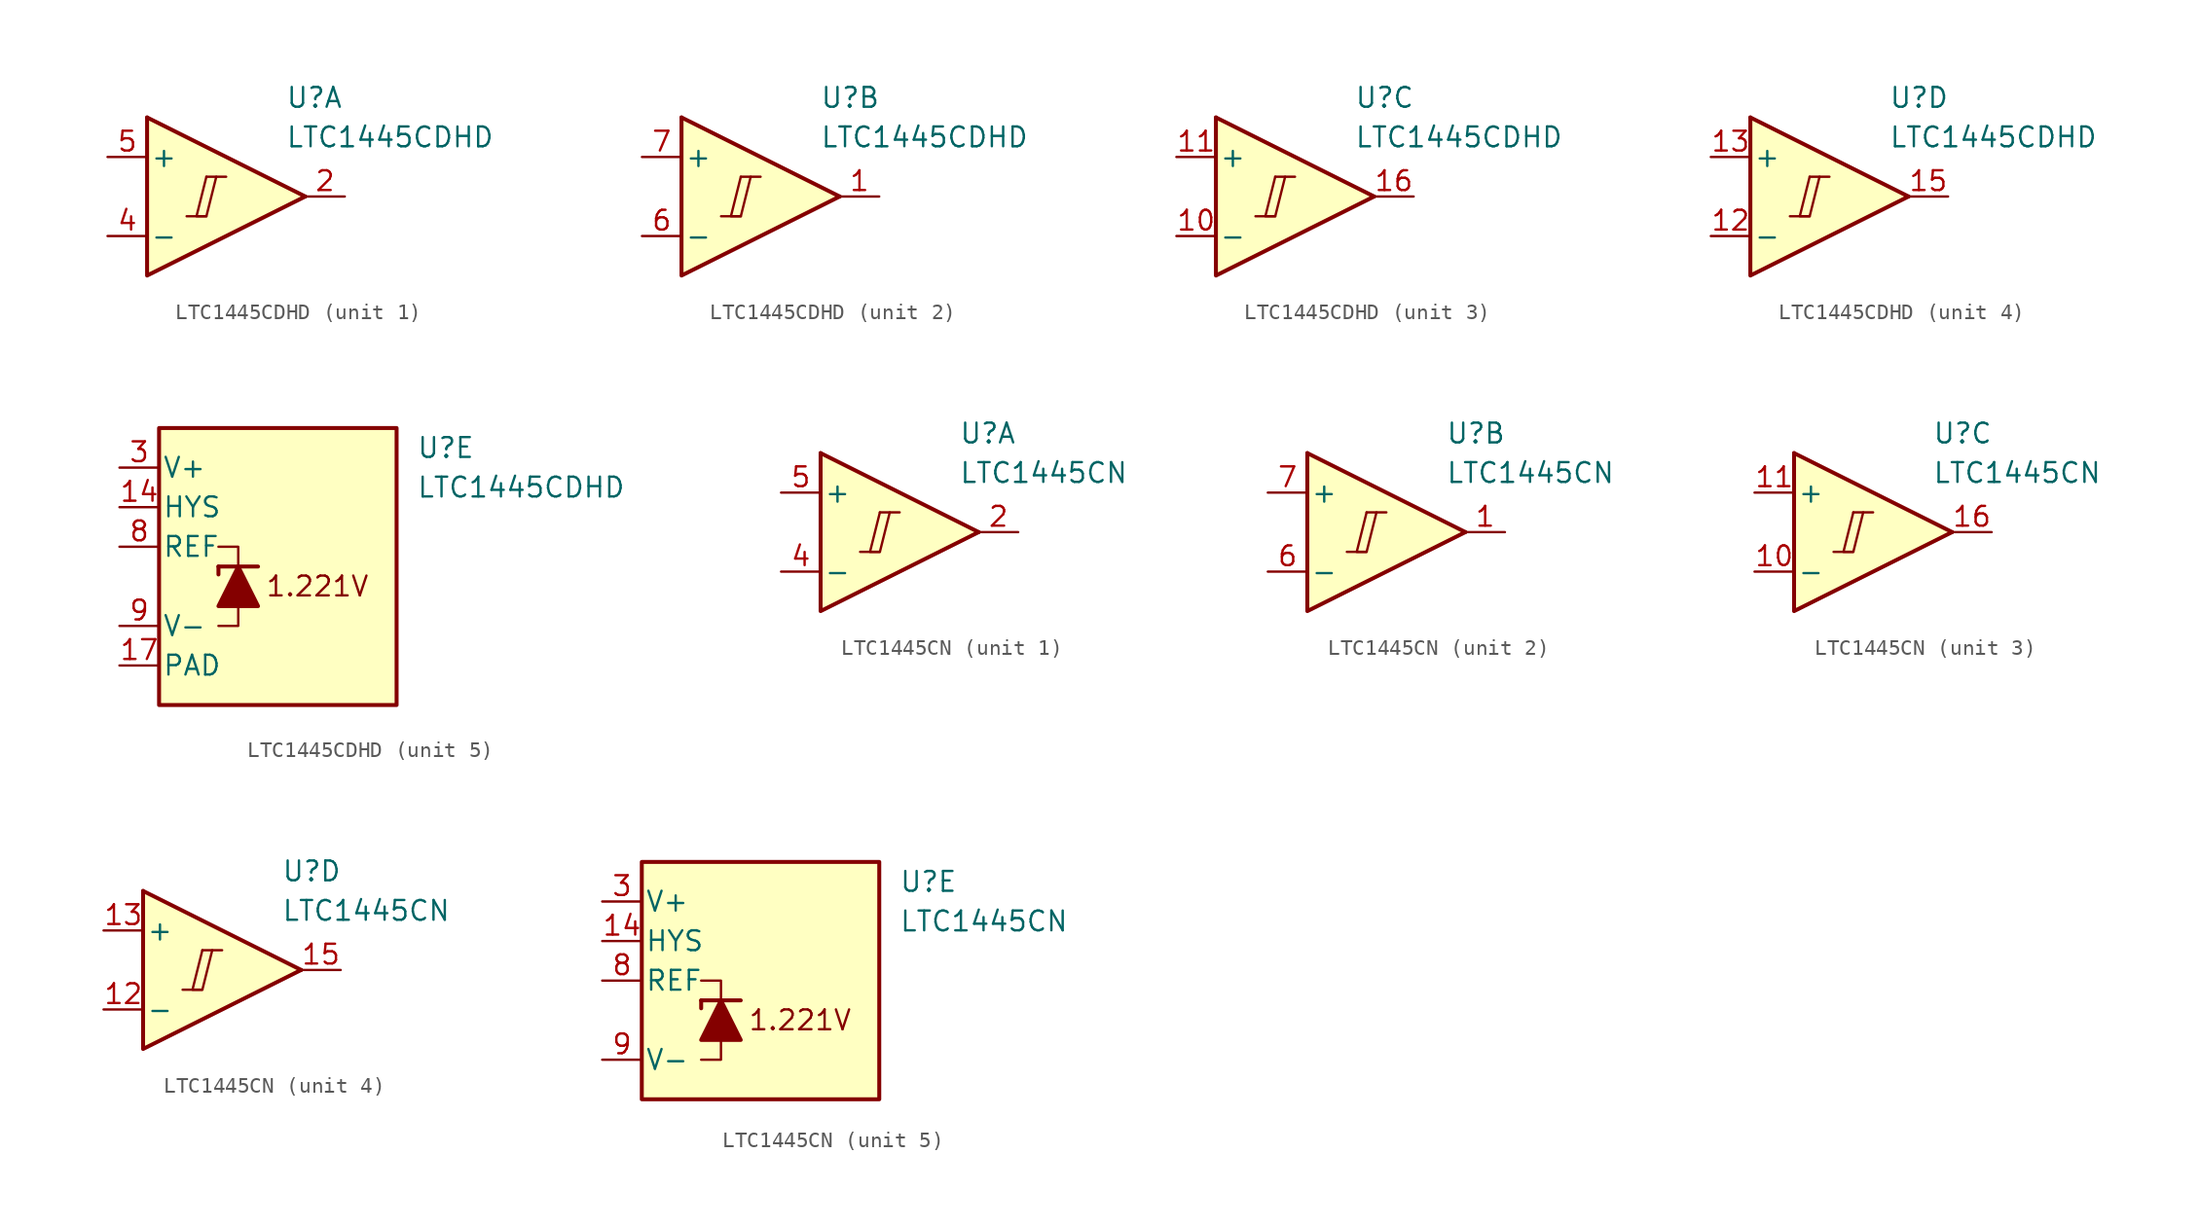
<source format=kicad_sym>
(kicad_symbol_lib
  (version 20231120)
  (generator "kicad_symbol_editor")
  (generator_version "8.0")
  (symbol "LTC1445CDHD"
    (pin_names
      (offset 0.2))
    (property "Reference" "U"
      (at 5.08 6.35 0)
      (effects (font (size 1.27 1.27)) (justify left)))
    (property "Value" "LTC1445CDHD"
      (at 5.08 3.81 0)
      (effects (font (size 1.27 1.27)) (justify left)))
    (property "ki_locked" ""
      (at 0 0 0)
      (effects (font (size 1.27 1.27))))
    (symbol "LTC1445CDHD_1_0"
      (polyline (pts (xy -1.27 -1.27) (xy 0 -1.27)) (stroke (width 0.152) (type default)) (fill (type none)))
      (polyline (pts (xy 0 1.27) (xy 1.27 1.27)) (stroke (width 0.152) (type default)) (fill (type none)))
      (polyline (pts (xy 0 1.27) (xy -0.635 -1.27) (xy 0 -1.27) (xy 0.635 1.27)) (stroke (width 0.152) (type default)) (fill (type none))))
    (symbol "LTC1445CDHD_1_1"
      (polyline (pts (xy -3.81 5.08) (xy 6.35 0)) (stroke (width 0.254) (type default)) (fill (type none)))
      (polyline (pts (xy -3.81 5.08) (xy -3.81 -5.08) (xy 6.35 0)) (stroke (width 0.254) (type default)) (fill (type background)))
      (pin output line (at 8.89 0 180) (length 2.54) (name "~" (effects (font (size 1.27 1.27)))) (number "2" (effects (font (size 1.27 1.27)))))
      (pin input line (at -6.35 -2.54 0) (length 2.54) (name "-" (effects (font (size 1.27 1.27)))) (number "4" (effects (font (size 1.27 1.27)))))
      (pin input line (at -6.35 2.54 0) (length 2.54) (name "+" (effects (font (size 1.27 1.27)))) (number "5" (effects (font (size 1.27 1.27))))))
    (symbol "LTC1445CDHD_2_0"
      (polyline (pts (xy -1.27 -1.27) (xy 0 -1.27)) (stroke (width 0.152) (type default)) (fill (type none)))
      (polyline (pts (xy 0 1.27) (xy 1.27 1.27)) (stroke (width 0.152) (type default)) (fill (type none)))
      (polyline (pts (xy 0 1.27) (xy -0.635 -1.27) (xy 0 -1.27) (xy 0.635 1.27)) (stroke (width 0.152) (type default)) (fill (type none))))
    (symbol "LTC1445CDHD_2_1"
      (polyline (pts (xy -3.81 5.08) (xy 6.35 0)) (stroke (width 0.254) (type default)) (fill (type none)))
      (polyline (pts (xy -3.81 5.08) (xy -3.81 -5.08) (xy 6.35 0)) (stroke (width 0.254) (type default)) (fill (type background)))
      (pin output line (at 8.89 0 180) (length 2.54) (name "~" (effects (font (size 1.27 1.27)))) (number "1" (effects (font (size 1.27 1.27)))))
      (pin input line (at -6.35 -2.54 0) (length 2.54) (name "-" (effects (font (size 1.27 1.27)))) (number "6" (effects (font (size 1.27 1.27)))))
      (pin input line (at -6.35 2.54 0) (length 2.54) (name "+" (effects (font (size 1.27 1.27)))) (number "7" (effects (font (size 1.27 1.27))))))
    (symbol "LTC1445CDHD_3_0"
      (polyline (pts (xy -1.27 -1.27) (xy 0 -1.27)) (stroke (width 0.152) (type default)) (fill (type none)))
      (polyline (pts (xy 0 1.27) (xy 1.27 1.27)) (stroke (width 0.152) (type default)) (fill (type none)))
      (polyline (pts (xy 0 1.27) (xy -0.635 -1.27) (xy 0 -1.27) (xy 0.635 1.27)) (stroke (width 0.152) (type default)) (fill (type none))))
    (symbol "LTC1445CDHD_3_1"
      (polyline (pts (xy -3.81 5.08) (xy 6.35 0)) (stroke (width 0.254) (type default)) (fill (type none)))
      (polyline (pts (xy -3.81 5.08) (xy -3.81 -5.08) (xy 6.35 0)) (stroke (width 0.254) (type default)) (fill (type background)))
      (pin input line (at -6.35 -2.54 0) (length 2.54) (name "-" (effects (font (size 1.27 1.27)))) (number "10" (effects (font (size 1.27 1.27)))))
      (pin input line (at -6.35 2.54 0) (length 2.54) (name "+" (effects (font (size 1.27 1.27)))) (number "11" (effects (font (size 1.27 1.27)))))
      (pin output line (at 8.89 0 180) (length 2.54) (name "~" (effects (font (size 1.27 1.27)))) (number "16" (effects (font (size 1.27 1.27))))))
    (symbol "LTC1445CDHD_4_0"
      (polyline (pts (xy -1.27 -1.27) (xy 0 -1.27)) (stroke (width 0.152) (type default)) (fill (type none)))
      (polyline (pts (xy 0 1.27) (xy 1.27 1.27)) (stroke (width 0.152) (type default)) (fill (type none)))
      (polyline (pts (xy 0 1.27) (xy -0.635 -1.27) (xy 0 -1.27) (xy 0.635 1.27)) (stroke (width 0.152) (type default)) (fill (type none))))
    (symbol "LTC1445CDHD_4_1"
      (polyline (pts (xy -3.81 5.08) (xy 6.35 0)) (stroke (width 0.254) (type default)) (fill (type none)))
      (polyline (pts (xy -3.81 5.08) (xy -3.81 -5.08) (xy 6.35 0)) (stroke (width 0.254) (type default)) (fill (type background)))
      (pin input line (at -6.35 -2.54 0) (length 2.54) (name "-" (effects (font (size 1.27 1.27)))) (number "12" (effects (font (size 1.27 1.27)))))
      (pin input line (at -6.35 2.54 0) (length 2.54) (name "+" (effects (font (size 1.27 1.27)))) (number "13" (effects (font (size 1.27 1.27)))))
      (pin output line (at 8.89 0 180) (length 2.54) (name "~" (effects (font (size 1.27 1.27)))) (number "15" (effects (font (size 1.27 1.27))))))
    (symbol "LTC1445CDHD_5_0"
      (text "1.221V" (at -1.27 -2.54 0) (effects (font (size 1.27 1.27)))))
    (symbol "LTC1445CDHD_5_1"
      (rectangle (start -11.43 7.62) (end 3.81 -10.16) (stroke (width 0.254) (type default)) (fill (type background)))
      (polyline (pts (xy -7.62 -1.27) (xy -7.62 -1.778)) (stroke (width 0.254) (type default)) (fill (type none)))
      (polyline (pts (xy -7.62 -1.27) (xy -5.08 -1.27)) (stroke (width 0.254) (type default)) (fill (type none)))
      (polyline (pts (xy -6.35 -3.81) (xy -6.35 -5.08) (xy -7.62 -5.08)) (stroke (width 0) (type default)) (fill (type none)))
      (polyline (pts (xy -6.35 -1.27) (xy -6.35 0) (xy -7.62 0)) (stroke (width 0) (type default)) (fill (type none)))
      (polyline (pts (xy -5.08 -3.81) (xy -7.62 -3.81) (xy -6.35 -1.27) (xy -5.08 -3.81)) (stroke (width 0.254) (type default)) (fill (type outline)))
      (pin input line (at -13.97 2.54 0) (length 2.54) (name "HYS" (effects (font (size 1.27 1.27)))) (number "14" (effects (font (size 1.27 1.27)))))
      (pin power_in line (at -13.97 -7.62 0) (length 2.54) (name "PAD" (effects (font (size 1.27 1.27)))) (number "17" (effects (font (size 1.27 1.27)))))
      (pin power_in line (at -13.97 5.08 0) (length 2.54) (name "V+" (effects (font (size 1.27 1.27)))) (number "3" (effects (font (size 1.27 1.27)))))
      (pin output line (at -13.97 0 0) (length 2.54) (name "REF" (effects (font (size 1.27 1.27)))) (number "8" (effects (font (size 1.27 1.27)))))
      (pin power_in line (at -13.97 -5.08 0) (length 2.54) (name "V-" (effects (font (size 1.27 1.27)))) (number "9" (effects (font (size 1.27 1.27)))))))
  (symbol "LTC1445CN"
    (pin_names
      (offset 0.2))
    (property "Reference" "U"
      (at 5.08 6.35 0)
      (effects (font (size 1.27 1.27)) (justify left)))
    (property "Value" "LTC1445CN"
      (at 5.08 3.81 0)
      (effects (font (size 1.27 1.27)) (justify left)))
    (property "ki_locked" ""
      (at 0 0 0)
      (effects (font (size 1.27 1.27))))
    (symbol "LTC1445CN_1_0"
      (polyline (pts (xy -1.27 -1.27) (xy 0 -1.27)) (stroke (width 0.152) (type default)) (fill (type none)))
      (polyline (pts (xy 0 1.27) (xy 1.27 1.27)) (stroke (width 0.152) (type default)) (fill (type none)))
      (polyline (pts (xy 0 1.27) (xy -0.635 -1.27) (xy 0 -1.27) (xy 0.635 1.27)) (stroke (width 0.152) (type default)) (fill (type none))))
    (symbol "LTC1445CN_1_1"
      (polyline (pts (xy -3.81 5.08) (xy 6.35 0)) (stroke (width 0.254) (type default)) (fill (type none)))
      (polyline (pts (xy -3.81 5.08) (xy -3.81 -5.08) (xy 6.35 0)) (stroke (width 0.254) (type default)) (fill (type background)))
      (pin output line (at 8.89 0 180) (length 2.54) (name "~" (effects (font (size 1.27 1.27)))) (number "2" (effects (font (size 1.27 1.27)))))
      (pin input line (at -6.35 -2.54 0) (length 2.54) (name "-" (effects (font (size 1.27 1.27)))) (number "4" (effects (font (size 1.27 1.27)))))
      (pin input line (at -6.35 2.54 0) (length 2.54) (name "+" (effects (font (size 1.27 1.27)))) (number "5" (effects (font (size 1.27 1.27))))))
    (symbol "LTC1445CN_2_0"
      (polyline (pts (xy -1.27 -1.27) (xy 0 -1.27)) (stroke (width 0.152) (type default)) (fill (type none)))
      (polyline (pts (xy 0 1.27) (xy 1.27 1.27)) (stroke (width 0.152) (type default)) (fill (type none)))
      (polyline (pts (xy 0 1.27) (xy -0.635 -1.27) (xy 0 -1.27) (xy 0.635 1.27)) (stroke (width 0.152) (type default)) (fill (type none))))
    (symbol "LTC1445CN_2_1"
      (polyline (pts (xy -3.81 5.08) (xy 6.35 0)) (stroke (width 0.254) (type default)) (fill (type none)))
      (polyline (pts (xy -3.81 5.08) (xy -3.81 -5.08) (xy 6.35 0)) (stroke (width 0.254) (type default)) (fill (type background)))
      (pin output line (at 8.89 0 180) (length 2.54) (name "~" (effects (font (size 1.27 1.27)))) (number "1" (effects (font (size 1.27 1.27)))))
      (pin input line (at -6.35 -2.54 0) (length 2.54) (name "-" (effects (font (size 1.27 1.27)))) (number "6" (effects (font (size 1.27 1.27)))))
      (pin input line (at -6.35 2.54 0) (length 2.54) (name "+" (effects (font (size 1.27 1.27)))) (number "7" (effects (font (size 1.27 1.27))))))
    (symbol "LTC1445CN_3_0"
      (polyline (pts (xy -1.27 -1.27) (xy 0 -1.27)) (stroke (width 0.152) (type default)) (fill (type none)))
      (polyline (pts (xy 0 1.27) (xy 1.27 1.27)) (stroke (width 0.152) (type default)) (fill (type none)))
      (polyline (pts (xy 0 1.27) (xy -0.635 -1.27) (xy 0 -1.27) (xy 0.635 1.27)) (stroke (width 0.152) (type default)) (fill (type none))))
    (symbol "LTC1445CN_3_1"
      (polyline (pts (xy -3.81 5.08) (xy 6.35 0)) (stroke (width 0.254) (type default)) (fill (type none)))
      (polyline (pts (xy -3.81 5.08) (xy -3.81 -5.08) (xy 6.35 0)) (stroke (width 0.254) (type default)) (fill (type background)))
      (pin input line (at -6.35 -2.54 0) (length 2.54) (name "-" (effects (font (size 1.27 1.27)))) (number "10" (effects (font (size 1.27 1.27)))))
      (pin input line (at -6.35 2.54 0) (length 2.54) (name "+" (effects (font (size 1.27 1.27)))) (number "11" (effects (font (size 1.27 1.27)))))
      (pin output line (at 8.89 0 180) (length 2.54) (name "~" (effects (font (size 1.27 1.27)))) (number "16" (effects (font (size 1.27 1.27))))))
    (symbol "LTC1445CN_4_0"
      (polyline (pts (xy -1.27 -1.27) (xy 0 -1.27)) (stroke (width 0.152) (type default)) (fill (type none)))
      (polyline (pts (xy 0 1.27) (xy 1.27 1.27)) (stroke (width 0.152) (type default)) (fill (type none)))
      (polyline (pts (xy 0 1.27) (xy -0.635 -1.27) (xy 0 -1.27) (xy 0.635 1.27)) (stroke (width 0.152) (type default)) (fill (type none))))
    (symbol "LTC1445CN_4_1"
      (polyline (pts (xy -3.81 5.08) (xy 6.35 0)) (stroke (width 0.254) (type default)) (fill (type none)))
      (polyline (pts (xy -3.81 5.08) (xy -3.81 -5.08) (xy 6.35 0)) (stroke (width 0.254) (type default)) (fill (type background)))
      (pin input line (at -6.35 -2.54 0) (length 2.54) (name "-" (effects (font (size 1.27 1.27)))) (number "12" (effects (font (size 1.27 1.27)))))
      (pin input line (at -6.35 2.54 0) (length 2.54) (name "+" (effects (font (size 1.27 1.27)))) (number "13" (effects (font (size 1.27 1.27)))))
      (pin output line (at 8.89 0 180) (length 2.54) (name "~" (effects (font (size 1.27 1.27)))) (number "15" (effects (font (size 1.27 1.27))))))
    (symbol "LTC1445CN_5_0"
      (text "1.221V" (at -1.27 -2.54 0) (effects (font (size 1.27 1.27)))))
    (symbol "LTC1445CN_5_1"
      (rectangle (start -11.43 7.62) (end 3.81 -7.62) (stroke (width 0.254) (type default)) (fill (type background)))
      (polyline (pts (xy -7.62 -1.27) (xy -7.62 -1.778)) (stroke (width 0.254) (type default)) (fill (type none)))
      (polyline (pts (xy -7.62 -1.27) (xy -5.08 -1.27)) (stroke (width 0.254) (type default)) (fill (type none)))
      (polyline (pts (xy -6.35 -3.81) (xy -6.35 -5.08) (xy -7.62 -5.08)) (stroke (width 0) (type default)) (fill (type none)))
      (polyline (pts (xy -6.35 -1.27) (xy -6.35 0) (xy -7.62 0)) (stroke (width 0) (type default)) (fill (type none)))
      (polyline (pts (xy -5.08 -3.81) (xy -7.62 -3.81) (xy -6.35 -1.27) (xy -5.08 -3.81)) (stroke (width 0.254) (type default)) (fill (type outline)))
      (pin input line (at -13.97 2.54 0) (length 2.54) (name "HYS" (effects (font (size 1.27 1.27)))) (number "14" (effects (font (size 1.27 1.27)))))
      (pin power_in line (at -13.97 5.08 0) (length 2.54) (name "V+" (effects (font (size 1.27 1.27)))) (number "3" (effects (font (size 1.27 1.27)))))
      (pin output line (at -13.97 0 0) (length 2.54) (name "REF" (effects (font (size 1.27 1.27)))) (number "8" (effects (font (size 1.27 1.27)))))
      (pin power_in line (at -13.97 -5.08 0) (length 2.54) (name "V-" (effects (font (size 1.27 1.27)))) (number "9" (effects (font (size 1.27 1.27))))))))
</source>
